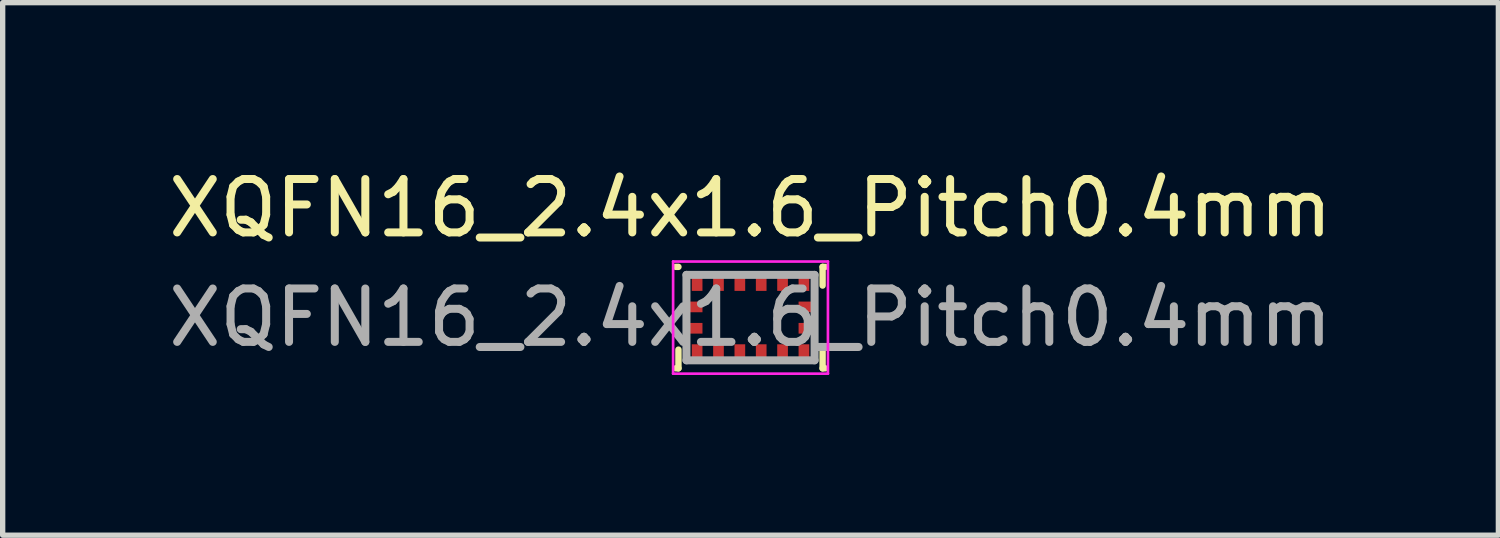
<source format=kicad_pcb>
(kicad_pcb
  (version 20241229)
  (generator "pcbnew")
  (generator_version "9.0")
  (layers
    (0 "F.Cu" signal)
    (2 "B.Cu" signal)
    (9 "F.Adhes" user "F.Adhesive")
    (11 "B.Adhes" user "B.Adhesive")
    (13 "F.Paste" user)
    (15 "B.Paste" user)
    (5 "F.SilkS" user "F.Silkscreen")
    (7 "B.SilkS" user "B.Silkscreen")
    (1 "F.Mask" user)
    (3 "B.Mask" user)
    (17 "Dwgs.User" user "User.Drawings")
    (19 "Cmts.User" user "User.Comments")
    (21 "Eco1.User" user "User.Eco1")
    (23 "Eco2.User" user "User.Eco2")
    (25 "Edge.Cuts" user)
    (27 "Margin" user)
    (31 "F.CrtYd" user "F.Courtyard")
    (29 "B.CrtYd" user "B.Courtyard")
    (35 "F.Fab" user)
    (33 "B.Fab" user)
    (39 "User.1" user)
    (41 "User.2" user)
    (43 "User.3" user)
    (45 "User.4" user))
  (footprint "XQFN16_2.4x1.6_Pitch0.4mm"
    (layer "F.Cu")
    (at 11.006 2.898)
    (property "Reference" "XQFN16_2.4x1.6_Pitch0.4mm" (at 0 -2.05 0) (layer "F.SilkS") (effects (font (size 1 1) (thickness 0.15))))
    (attr smd)
    (fp_line (start -1.4 -0.95) (end -1.35 -0.95) (stroke (width 0.12) (type default)) (layer "F.SilkS"))
    (fp_line (start -1.4 0.95) (end -1.35 0.95) (stroke (width 0.12) (type default)) (layer "F.SilkS"))
    (fp_line (start -1.35 0.95) (end -1.35 0.6) (stroke (width 0.12) (type default)) (layer "F.SilkS"))
    (fp_line (start 1.35 -0.95) (end 1.35 -0.6) (stroke (width 0.12) (type default)) (layer "F.SilkS"))
    (fp_line (start 1.35 0.95) (end 1.35 0.6) (stroke (width 0.12) (type default)) (layer "F.SilkS"))
    (fp_line (start 1.4 -0.95) (end 1.35 -0.95) (stroke (width 0.12) (type default)) (layer "F.SilkS"))
    (fp_line (start 1.4 0.95) (end 1.35 0.95) (stroke (width 0.12) (type default)) (layer "F.SilkS"))
    (fp_line (start -1.45 -1.05) (end 1.45 -1.05) (stroke (width 0.05) (type default)) (layer "F.CrtYd"))
    (fp_line (start -1.45 1.05) (end -1.45 -1.05) (stroke (width 0.05) (type default)) (layer "F.CrtYd"))
    (fp_line (start 1.45 -1.05) (end 1.45 1.05) (stroke (width 0.05) (type default)) (layer "F.CrtYd"))
    (fp_line (start 1.45 1.05) (end -1.45 1.05) (stroke (width 0.05) (type default)) (layer "F.CrtYd"))
    (fp_line (start -1.2 -0.8) (end -1.2 0.8) (stroke (width 0.15) (type default)) (layer "F.Fab"))
    (fp_line (start -1.2 0.8) (end 1.2 0.8) (stroke (width 0.15) (type default)) (layer "F.Fab"))
    (fp_line (start 1.2 -0.8) (end -1.2 -0.8) (stroke (width 0.15) (type default)) (layer "F.Fab"))
    (fp_line (start 1.2 0.8) (end 1.2 -0.8) (stroke (width 0.15) (type default)) (layer "F.Fab"))
    (fp_text user "${REFERENCE}" (at 0 0 0) (layer "F.Fab") (effects (font (size 1 1) (thickness 0.15))))
    (pad "1" smd rect (at -1 0.65) (size 0.2 0.3) (layers "F.Cu" "F.Mask" "F.Paste"))
    (pad "2" smd rect (at -0.6 0.65) (size 0.2 0.3) (layers "F.Cu" "F.Mask" "F.Paste"))
    (pad "3" smd rect (at -0.2 0.65) (size 0.2 0.3) (layers "F.Cu" "F.Mask" "F.Paste"))
    (pad "4" smd rect (at 0.2 0.65) (size 0.2 0.3) (layers "F.Cu" "F.Mask" "F.Paste"))
    (pad "5" smd rect (at 0.6 0.65) (size 0.2 0.3) (layers "F.Cu" "F.Mask" "F.Paste"))
    (pad "6" smd rect (at 1 0.65) (size 0.2 0.3) (layers "F.Cu" "F.Mask" "F.Paste"))
    (pad "7" smd rect (at 1.05 0.2 90) (size 0.2 0.3) (layers "F.Cu" "F.Mask" "F.Paste"))
    (pad "8" smd rect (at 1.05 -0.2 90) (size 0.2 0.3) (layers "F.Cu" "F.Mask" "F.Paste"))
    (pad "9" smd rect (at 1 -0.65) (size 0.2 0.3) (layers "F.Cu" "F.Mask" "F.Paste"))
    (pad "10" smd rect (at 0.6 -0.65) (size 0.2 0.3) (layers "F.Cu" "F.Mask" "F.Paste"))
    (pad "11" smd rect (at 0.2 -0.65) (size 0.2 0.3) (layers "F.Cu" "F.Mask" "F.Paste"))
    (pad "12" smd rect (at -0.2 -0.65) (size 0.2 0.3) (layers "F.Cu" "F.Mask" "F.Paste"))
    (pad "13" smd rect (at -0.6 -0.65) (size 0.2 0.3) (layers "F.Cu" "F.Mask" "F.Paste"))
    (pad "14" smd rect (at -1 -0.65) (size 0.2 0.3) (layers "F.Cu" "F.Mask" "F.Paste"))
    (pad "15" smd rect (at -1.05 -0.2 90) (size 0.2 0.3) (layers "F.Cu" "F.Mask" "F.Paste"))
    (pad "16" smd rect (at -1.05 0.2 90) (size 0.2 0.3) (layers "F.Cu" "F.Mask" "F.Paste")))
  (gr_rect
    (start -3 -3)
    (end 25.012 6.973)
    (stroke (width 0.1) (type default))
    (fill no)
    (layer "Edge.Cuts")))
</source>
